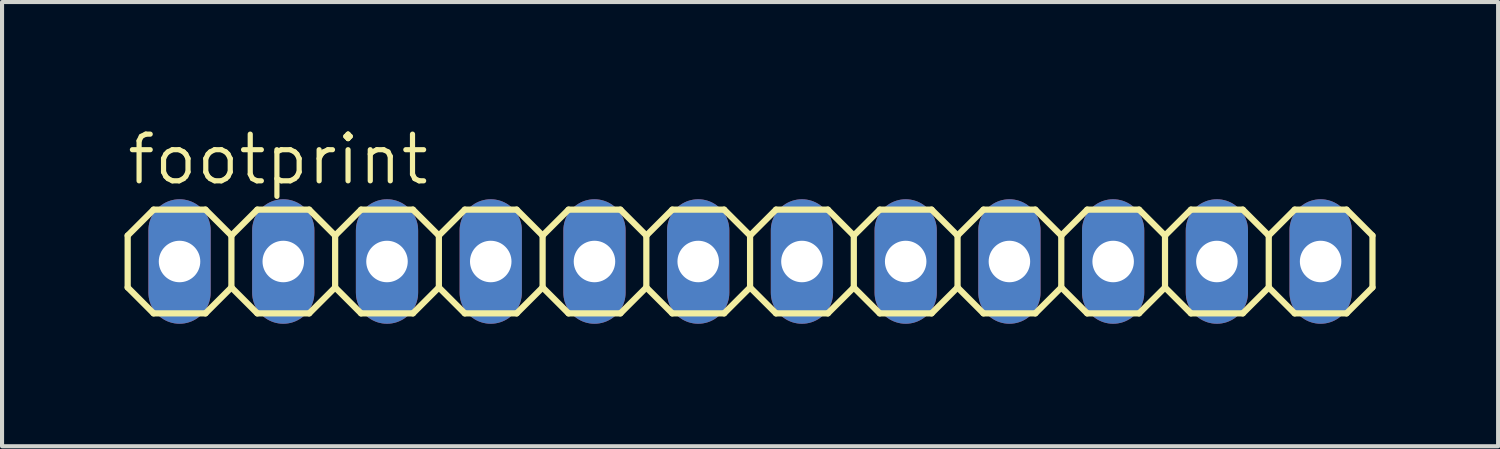
<source format=kicad_pcb>
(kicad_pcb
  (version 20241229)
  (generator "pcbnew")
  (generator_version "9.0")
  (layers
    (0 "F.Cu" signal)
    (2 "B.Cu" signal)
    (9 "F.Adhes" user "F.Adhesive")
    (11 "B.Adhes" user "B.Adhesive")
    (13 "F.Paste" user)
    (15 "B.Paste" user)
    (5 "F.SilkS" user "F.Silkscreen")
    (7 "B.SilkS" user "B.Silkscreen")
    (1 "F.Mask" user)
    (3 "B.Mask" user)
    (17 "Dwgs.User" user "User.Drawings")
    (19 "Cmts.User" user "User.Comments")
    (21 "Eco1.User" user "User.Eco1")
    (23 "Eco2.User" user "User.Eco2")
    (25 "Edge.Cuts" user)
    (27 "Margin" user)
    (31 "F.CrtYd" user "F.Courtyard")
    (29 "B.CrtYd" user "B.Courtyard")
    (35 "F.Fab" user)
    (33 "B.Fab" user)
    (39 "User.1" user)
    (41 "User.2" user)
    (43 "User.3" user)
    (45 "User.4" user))
  (footprint "footprint"
    (layer "F.Cu")
    (at 15.316 3.353)
    (property "Reference" "footprint" (at -15.316 -1.829 0) (layer "F.SilkS") (effects (font (size 1.143 1.143) (thickness 0.127)) (justify left bottom)))
    (fp_line (start -15.24 -0.635) (end -15.24 0.635) (stroke (width 0.152) (type solid)) (layer "F.SilkS"))
    (fp_line (start -15.24 0.635) (end -14.605 1.27) (stroke (width 0.152) (type solid)) (layer "F.SilkS"))
    (fp_line (start -14.605 -1.27) (end -15.24 -0.635) (stroke (width 0.152) (type solid)) (layer "F.SilkS"))
    (fp_line (start -14.605 -1.27) (end -13.335 -1.27) (stroke (width 0.152) (type solid)) (layer "F.SilkS"))
    (fp_line (start -13.335 -1.27) (end -12.7 -0.635) (stroke (width 0.152) (type solid)) (layer "F.SilkS"))
    (fp_line (start -13.335 1.27) (end -14.605 1.27) (stroke (width 0.152) (type solid)) (layer "F.SilkS"))
    (fp_line (start -12.7 -0.635) (end -12.7 0.635) (stroke (width 0.152) (type solid)) (layer "F.SilkS"))
    (fp_line (start -12.7 -0.635) (end -12.065 -1.27) (stroke (width 0.152) (type solid)) (layer "F.SilkS"))
    (fp_line (start -12.7 0.635) (end -13.335 1.27) (stroke (width 0.152) (type solid)) (layer "F.SilkS"))
    (fp_line (start -12.065 -1.27) (end -10.795 -1.27) (stroke (width 0.152) (type solid)) (layer "F.SilkS"))
    (fp_line (start -12.065 1.27) (end -12.7 0.635) (stroke (width 0.152) (type solid)) (layer "F.SilkS"))
    (fp_line (start -10.795 -1.27) (end -10.16 -0.635) (stroke (width 0.152) (type solid)) (layer "F.SilkS"))
    (fp_line (start -10.795 1.27) (end -12.065 1.27) (stroke (width 0.152) (type solid)) (layer "F.SilkS"))
    (fp_line (start -10.16 -0.635) (end -10.16 0.635) (stroke (width 0.152) (type solid)) (layer "F.SilkS"))
    (fp_line (start -10.16 -0.635) (end -9.525 -1.27) (stroke (width 0.152) (type solid)) (layer "F.SilkS"))
    (fp_line (start -10.16 0.635) (end -10.795 1.27) (stroke (width 0.152) (type solid)) (layer "F.SilkS"))
    (fp_line (start -9.525 -1.27) (end -8.255 -1.27) (stroke (width 0.152) (type solid)) (layer "F.SilkS"))
    (fp_line (start -9.525 1.27) (end -10.16 0.635) (stroke (width 0.152) (type solid)) (layer "F.SilkS"))
    (fp_line (start -8.255 -1.27) (end -7.62 -0.635) (stroke (width 0.152) (type solid)) (layer "F.SilkS"))
    (fp_line (start -8.255 1.27) (end -9.525 1.27) (stroke (width 0.152) (type solid)) (layer "F.SilkS"))
    (fp_line (start -7.62 -0.635) (end -7.62 0.635) (stroke (width 0.152) (type solid)) (layer "F.SilkS"))
    (fp_line (start -7.62 0.635) (end -8.255 1.27) (stroke (width 0.152) (type solid)) (layer "F.SilkS"))
    (fp_line (start -7.62 0.635) (end -6.985 1.27) (stroke (width 0.152) (type solid)) (layer "F.SilkS"))
    (fp_line (start -6.985 -1.27) (end -7.62 -0.635) (stroke (width 0.152) (type solid)) (layer "F.SilkS"))
    (fp_line (start -6.985 -1.27) (end -5.715 -1.27) (stroke (width 0.152) (type solid)) (layer "F.SilkS"))
    (fp_line (start -5.715 -1.27) (end -5.08 -0.635) (stroke (width 0.152) (type solid)) (layer "F.SilkS"))
    (fp_line (start -5.715 1.27) (end -6.985 1.27) (stroke (width 0.152) (type solid)) (layer "F.SilkS"))
    (fp_line (start -5.08 -0.635) (end -5.08 0.635) (stroke (width 0.152) (type solid)) (layer "F.SilkS"))
    (fp_line (start -5.08 -0.635) (end -4.445 -1.27) (stroke (width 0.152) (type solid)) (layer "F.SilkS"))
    (fp_line (start -5.08 0.635) (end -5.715 1.27) (stroke (width 0.152) (type solid)) (layer "F.SilkS"))
    (fp_line (start -4.445 -1.27) (end -3.175 -1.27) (stroke (width 0.152) (type solid)) (layer "F.SilkS"))
    (fp_line (start -4.445 1.27) (end -5.08 0.635) (stroke (width 0.152) (type solid)) (layer "F.SilkS"))
    (fp_line (start -3.175 -1.27) (end -2.54 -0.635) (stroke (width 0.152) (type solid)) (layer "F.SilkS"))
    (fp_line (start -3.175 1.27) (end -4.445 1.27) (stroke (width 0.152) (type solid)) (layer "F.SilkS"))
    (fp_line (start -2.54 -0.635) (end -2.54 0.635) (stroke (width 0.152) (type solid)) (layer "F.SilkS"))
    (fp_line (start -2.54 -0.635) (end -1.905 -1.27) (stroke (width 0.152) (type solid)) (layer "F.SilkS"))
    (fp_line (start -2.54 0.635) (end -3.175 1.27) (stroke (width 0.152) (type solid)) (layer "F.SilkS"))
    (fp_line (start -1.905 -1.27) (end -0.635 -1.27) (stroke (width 0.152) (type solid)) (layer "F.SilkS"))
    (fp_line (start -1.905 1.27) (end -2.54 0.635) (stroke (width 0.152) (type solid)) (layer "F.SilkS"))
    (fp_line (start -0.635 -1.27) (end 0 -0.635) (stroke (width 0.152) (type solid)) (layer "F.SilkS"))
    (fp_line (start -0.635 1.27) (end -1.905 1.27) (stroke (width 0.152) (type solid)) (layer "F.SilkS"))
    (fp_line (start 0 -0.635) (end 0 0.635) (stroke (width 0.152) (type solid)) (layer "F.SilkS"))
    (fp_line (start 0 0.635) (end -0.635 1.27) (stroke (width 0.152) (type solid)) (layer "F.SilkS"))
    (fp_line (start 0 0.635) (end 0.635 1.27) (stroke (width 0.152) (type solid)) (layer "F.SilkS"))
    (fp_line (start 0.635 -1.27) (end 0 -0.635) (stroke (width 0.152) (type solid)) (layer "F.SilkS"))
    (fp_line (start 0.635 -1.27) (end 1.905 -1.27) (stroke (width 0.152) (type solid)) (layer "F.SilkS"))
    (fp_line (start 1.905 -1.27) (end 2.54 -0.635) (stroke (width 0.152) (type solid)) (layer "F.SilkS"))
    (fp_line (start 1.905 1.27) (end 0.635 1.27) (stroke (width 0.152) (type solid)) (layer "F.SilkS"))
    (fp_line (start 2.54 -0.635) (end 2.54 0.635) (stroke (width 0.152) (type solid)) (layer "F.SilkS"))
    (fp_line (start 2.54 -0.635) (end 3.175 -1.27) (stroke (width 0.152) (type solid)) (layer "F.SilkS"))
    (fp_line (start 2.54 0.635) (end 1.905 1.27) (stroke (width 0.152) (type solid)) (layer "F.SilkS"))
    (fp_line (start 3.175 -1.27) (end 4.445 -1.27) (stroke (width 0.152) (type solid)) (layer "F.SilkS"))
    (fp_line (start 3.175 1.27) (end 2.54 0.635) (stroke (width 0.152) (type solid)) (layer "F.SilkS"))
    (fp_line (start 4.445 -1.27) (end 5.08 -0.635) (stroke (width 0.152) (type solid)) (layer "F.SilkS"))
    (fp_line (start 4.445 1.27) (end 3.175 1.27) (stroke (width 0.152) (type solid)) (layer "F.SilkS"))
    (fp_line (start 5.08 -0.635) (end 5.08 0.635) (stroke (width 0.152) (type solid)) (layer "F.SilkS"))
    (fp_line (start 5.08 -0.635) (end 5.715 -1.27) (stroke (width 0.152) (type solid)) (layer "F.SilkS"))
    (fp_line (start 5.08 0.635) (end 4.445 1.27) (stroke (width 0.152) (type solid)) (layer "F.SilkS"))
    (fp_line (start 5.715 -1.27) (end 6.985 -1.27) (stroke (width 0.152) (type solid)) (layer "F.SilkS"))
    (fp_line (start 5.715 1.27) (end 5.08 0.635) (stroke (width 0.152) (type solid)) (layer "F.SilkS"))
    (fp_line (start 6.985 -1.27) (end 7.62 -0.635) (stroke (width 0.152) (type solid)) (layer "F.SilkS"))
    (fp_line (start 6.985 1.27) (end 5.715 1.27) (stroke (width 0.152) (type solid)) (layer "F.SilkS"))
    (fp_line (start 7.62 -0.635) (end 7.62 0.635) (stroke (width 0.152) (type solid)) (layer "F.SilkS"))
    (fp_line (start 7.62 0.635) (end 6.985 1.27) (stroke (width 0.152) (type solid)) (layer "F.SilkS"))
    (fp_line (start 7.62 0.635) (end 8.255 1.27) (stroke (width 0.152) (type solid)) (layer "F.SilkS"))
    (fp_line (start 8.255 -1.27) (end 7.62 -0.635) (stroke (width 0.152) (type solid)) (layer "F.SilkS"))
    (fp_line (start 8.255 -1.27) (end 9.525 -1.27) (stroke (width 0.152) (type solid)) (layer "F.SilkS"))
    (fp_line (start 9.525 -1.27) (end 10.16 -0.635) (stroke (width 0.152) (type solid)) (layer "F.SilkS"))
    (fp_line (start 9.525 1.27) (end 8.255 1.27) (stroke (width 0.152) (type solid)) (layer "F.SilkS"))
    (fp_line (start 10.16 -0.635) (end 10.16 0.635) (stroke (width 0.152) (type solid)) (layer "F.SilkS"))
    (fp_line (start 10.16 -0.635) (end 10.795 -1.27) (stroke (width 0.152) (type solid)) (layer "F.SilkS"))
    (fp_line (start 10.16 0.635) (end 9.525 1.27) (stroke (width 0.152) (type solid)) (layer "F.SilkS"))
    (fp_line (start 10.795 -1.27) (end 12.065 -1.27) (stroke (width 0.152) (type solid)) (layer "F.SilkS"))
    (fp_line (start 10.795 1.27) (end 10.16 0.635) (stroke (width 0.152) (type solid)) (layer "F.SilkS"))
    (fp_line (start 12.065 -1.27) (end 12.7 -0.635) (stroke (width 0.152) (type solid)) (layer "F.SilkS"))
    (fp_line (start 12.065 1.27) (end 10.795 1.27) (stroke (width 0.152) (type solid)) (layer "F.SilkS"))
    (fp_line (start 12.7 -0.635) (end 12.7 0.635) (stroke (width 0.152) (type solid)) (layer "F.SilkS"))
    (fp_line (start 12.7 -0.635) (end 13.335 -1.27) (stroke (width 0.152) (type solid)) (layer "F.SilkS"))
    (fp_line (start 12.7 0.635) (end 12.065 1.27) (stroke (width 0.152) (type solid)) (layer "F.SilkS"))
    (fp_line (start 13.335 -1.27) (end 14.605 -1.27) (stroke (width 0.152) (type solid)) (layer "F.SilkS"))
    (fp_line (start 13.335 1.27) (end 12.7 0.635) (stroke (width 0.152) (type solid)) (layer "F.SilkS"))
    (fp_line (start 14.605 -1.27) (end 15.24 -0.635) (stroke (width 0.152) (type solid)) (layer "F.SilkS"))
    (fp_line (start 14.605 1.27) (end 13.335 1.27) (stroke (width 0.152) (type solid)) (layer "F.SilkS"))
    (fp_line (start 15.24 -0.635) (end 15.24 0.635) (stroke (width 0.152) (type solid)) (layer "F.SilkS"))
    (fp_line (start 15.24 0.635) (end 14.605 1.27) (stroke (width 0.152) (type solid)) (layer "F.SilkS"))
    (fp_poly (pts (xy -14.224 0.254) (xy -13.716 0.254) (xy -13.716 -0.254) (xy -14.224 -0.254)) (stroke (width 0.1) (type solid)) (fill no) (layer "F.Fab"))
    (fp_poly (pts (xy -11.684 0.254) (xy -11.176 0.254) (xy -11.176 -0.254) (xy -11.684 -0.254)) (stroke (width 0.1) (type solid)) (fill no) (layer "F.Fab"))
    (fp_poly (pts (xy -9.144 0.254) (xy -8.636 0.254) (xy -8.636 -0.254) (xy -9.144 -0.254)) (stroke (width 0.1) (type solid)) (fill no) (layer "F.Fab"))
    (fp_poly (pts (xy -6.604 0.254) (xy -6.096 0.254) (xy -6.096 -0.254) (xy -6.604 -0.254)) (stroke (width 0.1) (type solid)) (fill no) (layer "F.Fab"))
    (fp_poly (pts (xy -4.064 0.254) (xy -3.556 0.254) (xy -3.556 -0.254) (xy -4.064 -0.254)) (stroke (width 0.1) (type solid)) (fill no) (layer "F.Fab"))
    (fp_poly (pts (xy -1.524 0.254) (xy -1.016 0.254) (xy -1.016 -0.254) (xy -1.524 -0.254)) (stroke (width 0.1) (type solid)) (fill no) (layer "F.Fab"))
    (fp_poly (pts (xy 1.016 0.254) (xy 1.524 0.254) (xy 1.524 -0.254) (xy 1.016 -0.254)) (stroke (width 0.1) (type solid)) (fill no) (layer "F.Fab"))
    (fp_poly (pts (xy 3.556 0.254) (xy 4.064 0.254) (xy 4.064 -0.254) (xy 3.556 -0.254)) (stroke (width 0.1) (type solid)) (fill no) (layer "F.Fab"))
    (fp_poly (pts (xy 6.096 0.254) (xy 6.604 0.254) (xy 6.604 -0.254) (xy 6.096 -0.254)) (stroke (width 0.1) (type solid)) (fill no) (layer "F.Fab"))
    (fp_poly (pts (xy 8.636 0.254) (xy 9.144 0.254) (xy 9.144 -0.254) (xy 8.636 -0.254)) (stroke (width 0.1) (type solid)) (fill no) (layer "F.Fab"))
    (fp_poly (pts (xy 11.176 0.254) (xy 11.684 0.254) (xy 11.684 -0.254) (xy 11.176 -0.254)) (stroke (width 0.1) (type solid)) (fill no) (layer "F.Fab"))
    (fp_poly (pts (xy 13.716 0.254) (xy 14.224 0.254) (xy 14.224 -0.254) (xy 13.716 -0.254)) (stroke (width 0.1) (type solid)) (fill no) (layer "F.Fab"))
    (pad "1" thru_hole oval (at -13.97 0 90) (size 3.048 1.524) (drill 1.016) (layers "*.Cu" "*.Mask"))
    (pad "2" thru_hole oval (at -11.43 0 90) (size 3.048 1.524) (drill 1.016) (layers "*.Cu" "*.Mask"))
    (pad "3" thru_hole oval (at -8.89 0 90) (size 3.048 1.524) (drill 1.016) (layers "*.Cu" "*.Mask"))
    (pad "4" thru_hole oval (at -6.35 0 90) (size 3.048 1.524) (drill 1.016) (layers "*.Cu" "*.Mask"))
    (pad "5" thru_hole oval (at -3.81 0 90) (size 3.048 1.524) (drill 1.016) (layers "*.Cu" "*.Mask"))
    (pad "6" thru_hole oval (at -1.27 0 90) (size 3.048 1.524) (drill 1.016) (layers "*.Cu" "*.Mask"))
    (pad "7" thru_hole oval (at 1.27 0 90) (size 3.048 1.524) (drill 1.016) (layers "*.Cu" "*.Mask"))
    (pad "8" thru_hole oval (at 3.81 0 90) (size 3.048 1.524) (drill 1.016) (layers "*.Cu" "*.Mask"))
    (pad "9" thru_hole oval (at 6.35 0 90) (size 3.048 1.524) (drill 1.016) (layers "*.Cu" "*.Mask"))
    (pad "10" thru_hole oval (at 8.89 0 90) (size 3.048 1.524) (drill 1.016) (layers "*.Cu" "*.Mask"))
    (pad "11" thru_hole oval (at 11.43 0 90) (size 3.048 1.524) (drill 1.016) (layers "*.Cu" "*.Mask"))
    (pad "12" thru_hole oval (at 13.97 0 90) (size 3.048 1.524) (drill 1.016) (layers "*.Cu" "*.Mask")))
  (gr_rect
    (start -3 -3)
    (end 33.632 7.877)
    (stroke (width 0.1) (type default))
    (fill no)
    (layer "Edge.Cuts")))
</source>
